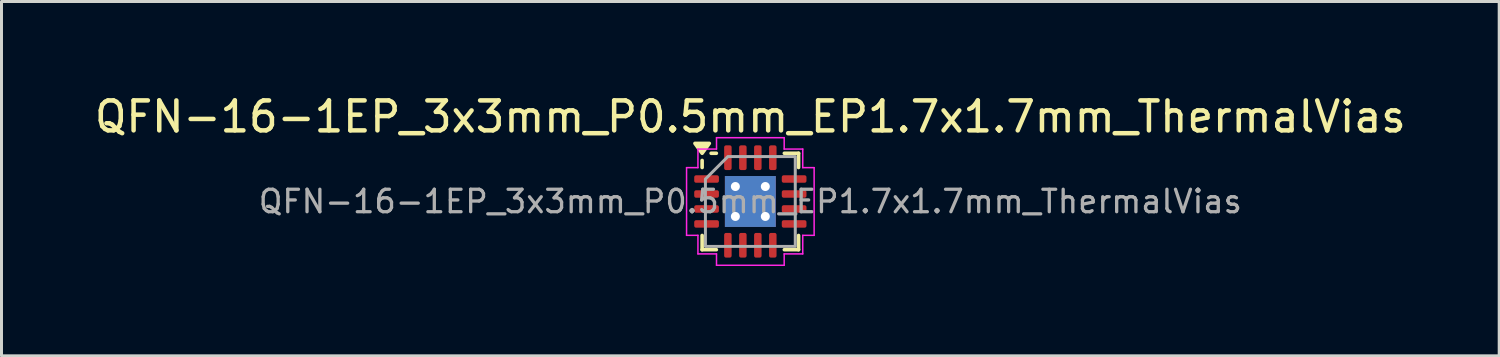
<source format=kicad_pcb>
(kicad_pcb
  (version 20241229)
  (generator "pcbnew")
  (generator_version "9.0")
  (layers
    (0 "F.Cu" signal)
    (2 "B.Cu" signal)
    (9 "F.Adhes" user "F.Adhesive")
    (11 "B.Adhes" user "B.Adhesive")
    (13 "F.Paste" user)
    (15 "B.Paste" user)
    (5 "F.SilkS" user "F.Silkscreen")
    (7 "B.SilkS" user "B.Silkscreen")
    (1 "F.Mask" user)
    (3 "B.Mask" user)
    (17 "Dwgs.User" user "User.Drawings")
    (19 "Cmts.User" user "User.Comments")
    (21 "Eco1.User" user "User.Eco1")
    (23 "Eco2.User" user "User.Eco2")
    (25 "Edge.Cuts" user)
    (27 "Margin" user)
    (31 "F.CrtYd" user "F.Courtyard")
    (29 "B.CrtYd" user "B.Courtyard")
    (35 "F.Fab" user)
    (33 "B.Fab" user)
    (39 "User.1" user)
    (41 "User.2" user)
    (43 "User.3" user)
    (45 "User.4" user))
  (footprint "QFN-16-1EP_3x3mm_P0.5mm_EP1.7x1.7mm_ThermalVias"
    (layer "F.Cu")
    (at 22.006 3.678)
    (property "Reference" "QFN-16-1EP_3x3mm_P0.5mm_EP1.7x1.7mm_ThermalVias" (at 0 -2.83 0) (layer "F.SilkS") (effects (font (size 1 1) (thickness 0.15))))
    (attr smd)
    (fp_line (start -1.61 -1.135) (end -1.61 -1.37) (stroke (width 0.12) (type solid)) (layer "F.SilkS"))
    (fp_line (start -1.61 1.61) (end -1.61 1.135) (stroke (width 0.12) (type solid)) (layer "F.SilkS"))
    (fp_line (start -1.135 -1.61) (end -1.31 -1.61) (stroke (width 0.12) (type solid)) (layer "F.SilkS"))
    (fp_line (start -1.135 1.61) (end -1.61 1.61) (stroke (width 0.12) (type solid)) (layer "F.SilkS"))
    (fp_line (start 1.135 -1.61) (end 1.61 -1.61) (stroke (width 0.12) (type solid)) (layer "F.SilkS"))
    (fp_line (start 1.135 1.61) (end 1.61 1.61) (stroke (width 0.12) (type solid)) (layer "F.SilkS"))
    (fp_line (start 1.61 -1.61) (end 1.61 -1.135) (stroke (width 0.12) (type solid)) (layer "F.SilkS"))
    (fp_line (start 1.61 1.61) (end 1.61 1.135) (stroke (width 0.12) (type solid)) (layer "F.SilkS"))
    (fp_poly (pts (xy -1.61 -1.61) (xy -1.85 -1.94) (xy -1.37 -1.94)) (stroke (width 0.12) (type solid)) (fill yes) (layer "F.SilkS"))
    (fp_line (start -2.13 -1.13) (end -1.75 -1.13) (stroke (width 0.05) (type solid)) (layer "F.CrtYd"))
    (fp_line (start -2.13 1.13) (end -2.13 -1.13) (stroke (width 0.05) (type solid)) (layer "F.CrtYd"))
    (fp_line (start -1.75 -1.75) (end -1.13 -1.75) (stroke (width 0.05) (type solid)) (layer "F.CrtYd"))
    (fp_line (start -1.75 -1.13) (end -1.75 -1.75) (stroke (width 0.05) (type solid)) (layer "F.CrtYd"))
    (fp_line (start -1.75 1.13) (end -2.13 1.13) (stroke (width 0.05) (type solid)) (layer "F.CrtYd"))
    (fp_line (start -1.75 1.75) (end -1.75 1.13) (stroke (width 0.05) (type solid)) (layer "F.CrtYd"))
    (fp_line (start -1.13 -2.13) (end 1.13 -2.13) (stroke (width 0.05) (type solid)) (layer "F.CrtYd"))
    (fp_line (start -1.13 -1.75) (end -1.13 -2.13) (stroke (width 0.05) (type solid)) (layer "F.CrtYd"))
    (fp_line (start -1.13 1.75) (end -1.75 1.75) (stroke (width 0.05) (type solid)) (layer "F.CrtYd"))
    (fp_line (start -1.13 2.13) (end -1.13 1.75) (stroke (width 0.05) (type solid)) (layer "F.CrtYd"))
    (fp_line (start 1.13 -2.13) (end 1.13 -1.75) (stroke (width 0.05) (type solid)) (layer "F.CrtYd"))
    (fp_line (start 1.13 -1.75) (end 1.75 -1.75) (stroke (width 0.05) (type solid)) (layer "F.CrtYd"))
    (fp_line (start 1.13 1.75) (end 1.13 2.13) (stroke (width 0.05) (type solid)) (layer "F.CrtYd"))
    (fp_line (start 1.13 2.13) (end -1.13 2.13) (stroke (width 0.05) (type solid)) (layer "F.CrtYd"))
    (fp_line (start 1.75 -1.75) (end 1.75 -1.13) (stroke (width 0.05) (type solid)) (layer "F.CrtYd"))
    (fp_line (start 1.75 -1.13) (end 2.13 -1.13) (stroke (width 0.05) (type solid)) (layer "F.CrtYd"))
    (fp_line (start 1.75 1.13) (end 1.75 1.75) (stroke (width 0.05) (type solid)) (layer "F.CrtYd"))
    (fp_line (start 1.75 1.75) (end 1.13 1.75) (stroke (width 0.05) (type solid)) (layer "F.CrtYd"))
    (fp_line (start 2.13 -1.13) (end 2.13 1.13) (stroke (width 0.05) (type solid)) (layer "F.CrtYd"))
    (fp_line (start 2.13 1.13) (end 1.75 1.13) (stroke (width 0.05) (type solid)) (layer "F.CrtYd"))
    (fp_poly (pts (xy -1.5 -0.75) (xy -1.5 1.5) (xy 1.5 1.5) (xy 1.5 -1.5) (xy -0.75 -1.5)) (stroke (width 0.1) (type solid)) (fill no) (layer "F.Fab"))
    (fp_text user "${REFERENCE}" (at 0 0 0) (layer "F.Fab") (effects (font (size 0.75 0.75) (thickness 0.11))))
    (pad "" smd roundrect (at -0.425 -0.425) (size 0.69 0.69) (layers "F.Paste") (roundrect_rratio 0.25))
    (pad "" smd roundrect (at -0.425 0.425) (size 0.69 0.69) (layers "F.Paste") (roundrect_rratio 0.25))
    (pad "" smd roundrect (at 0.425 -0.425) (size 0.69 0.69) (layers "F.Paste") (roundrect_rratio 0.25))
    (pad "" smd roundrect (at 0.425 0.425) (size 0.69 0.69) (layers "F.Paste") (roundrect_rratio 0.25))
    (pad "1" smd roundrect (at -1.462 -0.75) (size 0.825 0.25) (layers "F.Cu" "F.Mask" "F.Paste") (roundrect_rratio 0.25))
    (pad "2" smd roundrect (at -1.462 -0.25) (size 0.825 0.25) (layers "F.Cu" "F.Mask" "F.Paste") (roundrect_rratio 0.25))
    (pad "3" smd roundrect (at -1.462 0.25) (size 0.825 0.25) (layers "F.Cu" "F.Mask" "F.Paste") (roundrect_rratio 0.25))
    (pad "4" smd roundrect (at -1.462 0.75) (size 0.825 0.25) (layers "F.Cu" "F.Mask" "F.Paste") (roundrect_rratio 0.25))
    (pad "5" smd roundrect (at -0.75 1.462) (size 0.25 0.825) (layers "F.Cu" "F.Mask" "F.Paste") (roundrect_rratio 0.25))
    (pad "6" smd roundrect (at -0.25 1.462) (size 0.25 0.825) (layers "F.Cu" "F.Mask" "F.Paste") (roundrect_rratio 0.25))
    (pad "7" smd roundrect (at 0.25 1.462) (size 0.25 0.825) (layers "F.Cu" "F.Mask" "F.Paste") (roundrect_rratio 0.25))
    (pad "8" smd roundrect (at 0.75 1.462) (size 0.25 0.825) (layers "F.Cu" "F.Mask" "F.Paste") (roundrect_rratio 0.25))
    (pad "9" smd roundrect (at 1.462 0.75) (size 0.825 0.25) (layers "F.Cu" "F.Mask" "F.Paste") (roundrect_rratio 0.25))
    (pad "10" smd roundrect (at 1.462 0.25) (size 0.825 0.25) (layers "F.Cu" "F.Mask" "F.Paste") (roundrect_rratio 0.25))
    (pad "11" smd roundrect (at 1.462 -0.25) (size 0.825 0.25) (layers "F.Cu" "F.Mask" "F.Paste") (roundrect_rratio 0.25))
    (pad "12" smd roundrect (at 1.462 -0.75) (size 0.825 0.25) (layers "F.Cu" "F.Mask" "F.Paste") (roundrect_rratio 0.25))
    (pad "13" smd roundrect (at 0.75 -1.462) (size 0.25 0.825) (layers "F.Cu" "F.Mask" "F.Paste") (roundrect_rratio 0.25))
    (pad "14" smd roundrect (at 0.25 -1.462) (size 0.25 0.825) (layers "F.Cu" "F.Mask" "F.Paste") (roundrect_rratio 0.25))
    (pad "15" smd roundrect (at -0.25 -1.462) (size 0.25 0.825) (layers "F.Cu" "F.Mask" "F.Paste") (roundrect_rratio 0.25))
    (pad "16" smd roundrect (at -0.75 -1.462) (size 0.25 0.825) (layers "F.Cu" "F.Mask" "F.Paste") (roundrect_rratio 0.25))
    (pad "17" thru_hole circle (at -0.5 -0.5) (size 0.6 0.6) (drill 0.3) (property pad_prop_heatsink) (layers "*.Cu"))
    (pad "17" thru_hole circle (at -0.5 0.5) (size 0.6 0.6) (drill 0.3) (property pad_prop_heatsink) (layers "*.Cu"))
    (pad "17" smd rect (at 0 0) (size 1.7 1.7) (property pad_prop_heatsink) (layers "F.Cu" "F.Mask"))
    (pad "17" smd rect (at 0 0) (size 1.7 1.7) (property pad_prop_heatsink) (layers "B.Cu"))
    (pad "17" thru_hole circle (at 0.5 -0.5) (size 0.6 0.6) (drill 0.3) (property pad_prop_heatsink) (layers "*.Cu"))
    (pad "17" thru_hole circle (at 0.5 0.5) (size 0.6 0.6) (drill 0.3) (property pad_prop_heatsink) (layers "*.Cu")))
  (gr_rect
    (start -3 -3)
    (end 47.012 8.833)
    (stroke (width 0.1) (type default))
    (fill no)
    (layer "Edge.Cuts")))
</source>
